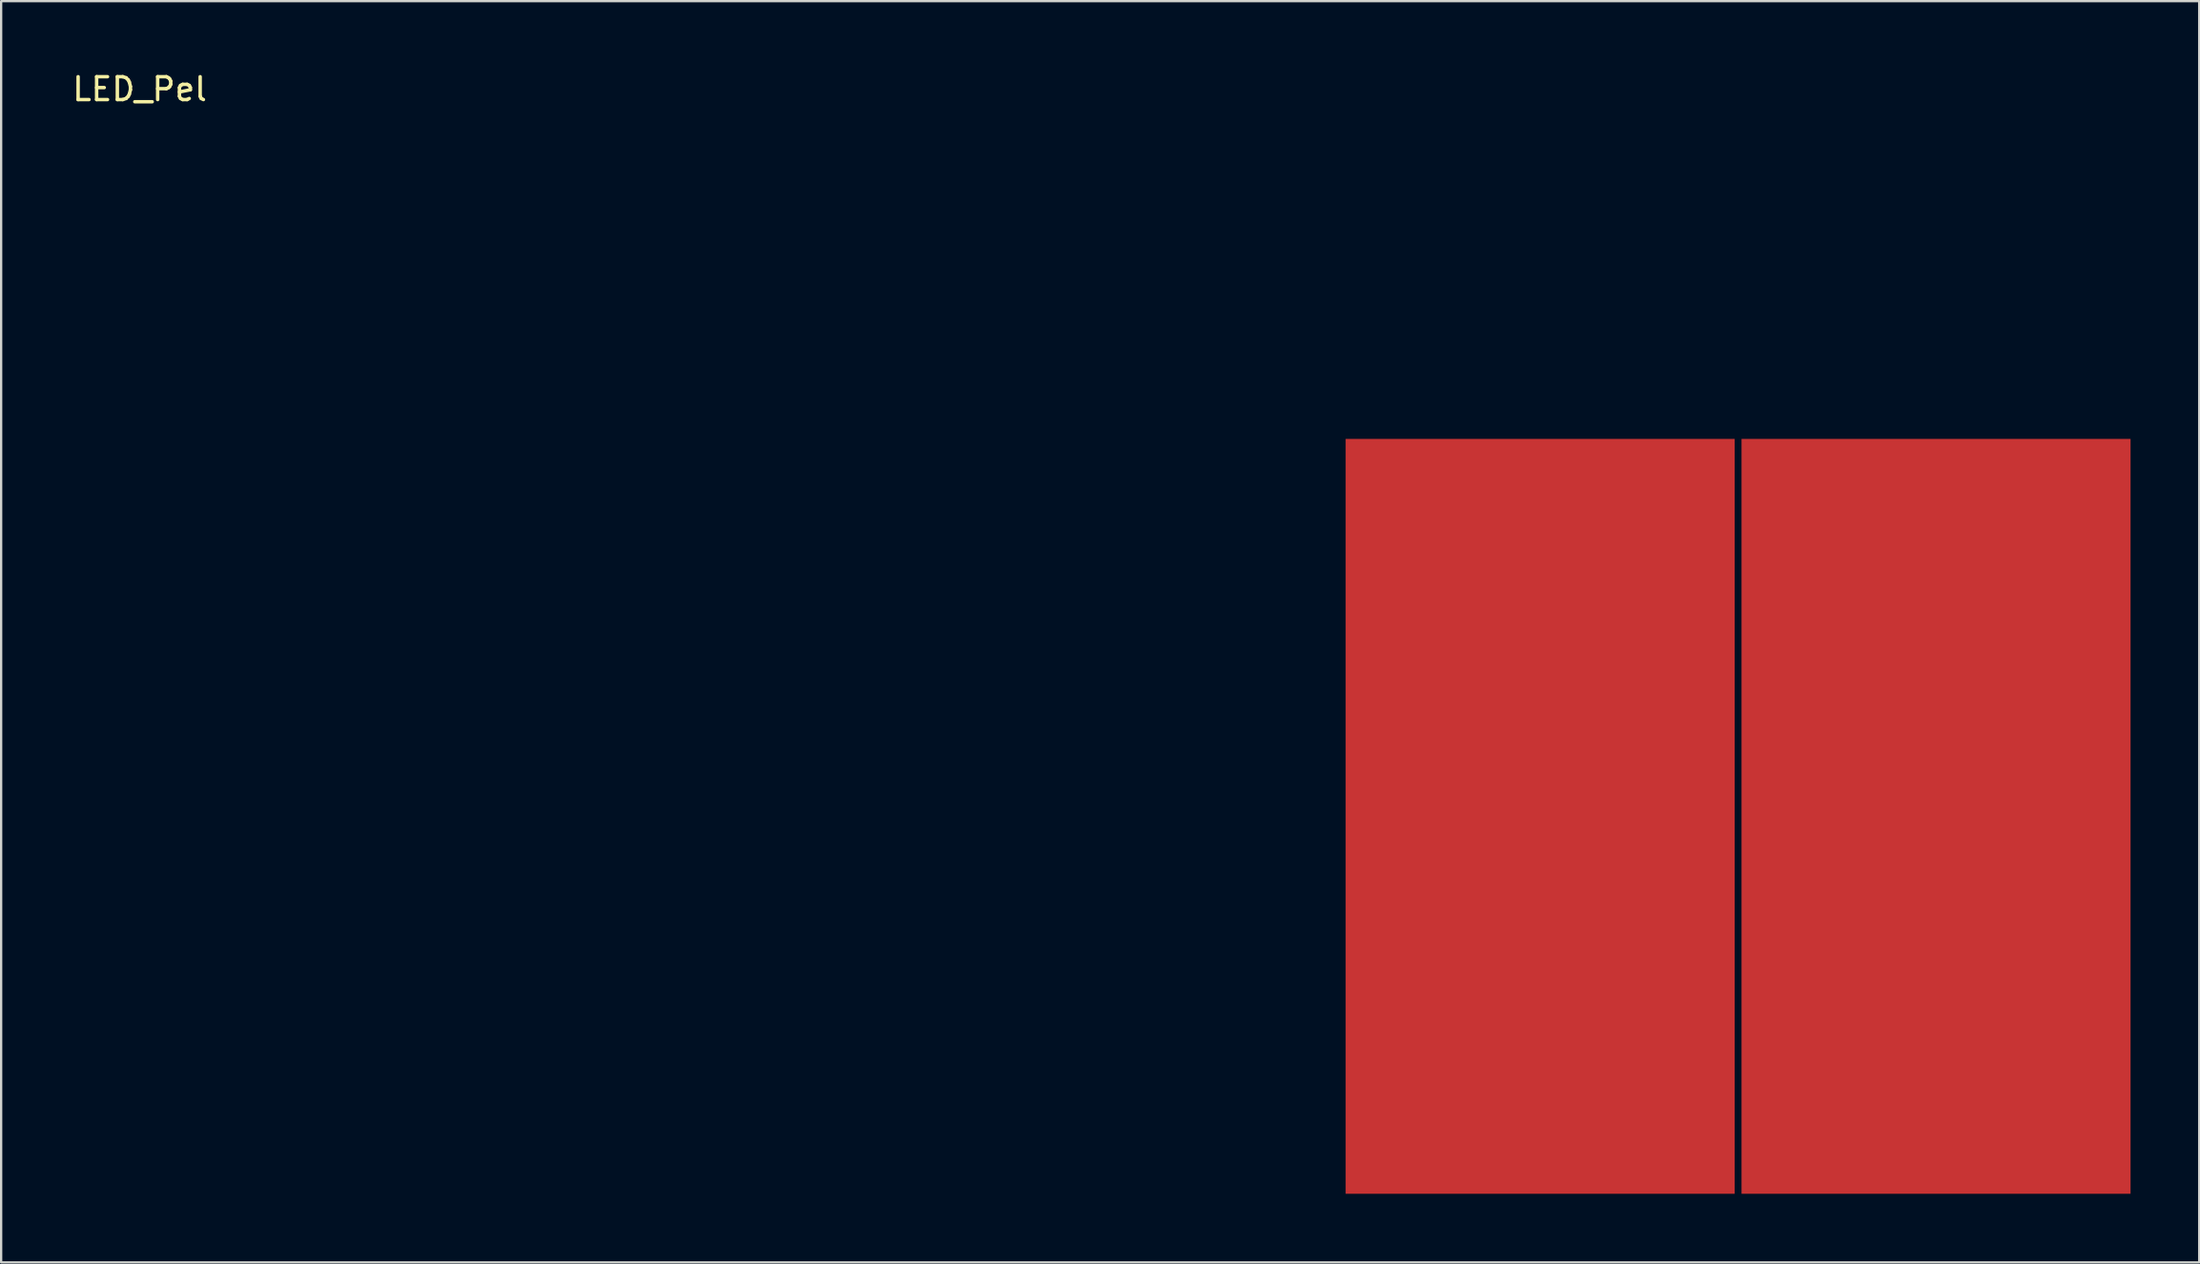
<source format=kicad_pcb>
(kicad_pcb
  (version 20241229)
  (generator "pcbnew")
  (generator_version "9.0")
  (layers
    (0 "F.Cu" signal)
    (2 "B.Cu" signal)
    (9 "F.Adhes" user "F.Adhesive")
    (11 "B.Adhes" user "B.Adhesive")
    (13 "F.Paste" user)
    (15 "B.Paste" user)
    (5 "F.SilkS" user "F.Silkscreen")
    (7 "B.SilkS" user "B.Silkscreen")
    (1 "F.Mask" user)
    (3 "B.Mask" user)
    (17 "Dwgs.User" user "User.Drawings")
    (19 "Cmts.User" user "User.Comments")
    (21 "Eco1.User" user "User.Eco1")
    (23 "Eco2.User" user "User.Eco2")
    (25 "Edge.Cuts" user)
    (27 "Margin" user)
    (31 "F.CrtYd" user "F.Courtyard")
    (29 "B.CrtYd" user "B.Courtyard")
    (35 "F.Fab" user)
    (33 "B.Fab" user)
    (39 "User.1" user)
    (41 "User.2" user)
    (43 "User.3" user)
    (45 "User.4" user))
  (footprint "LED_Pel"
    (layer "F.Cu")
    (at 72.954 32.638)
    (property "Reference" "LED_Pel" (at -69.9 -31.79 0) (layer "F.SilkS") (effects (font (size 1 1) (thickness 0.15))))
    (attr through_hole)
    (pad "1" smd rect (at -8.7 0) (size 17 33) (layers "F.Cu" "F.Paste"))
    (pad "2" smd rect (at 8.6 0) (size 17 33) (layers "F.Cu" "F.Paste")))
  (gr_rect
    (start -3 -3)
    (end 93.054 52.138)
    (stroke (width 0.1) (type default))
    (fill no)
    (layer "Edge.Cuts")))
</source>
